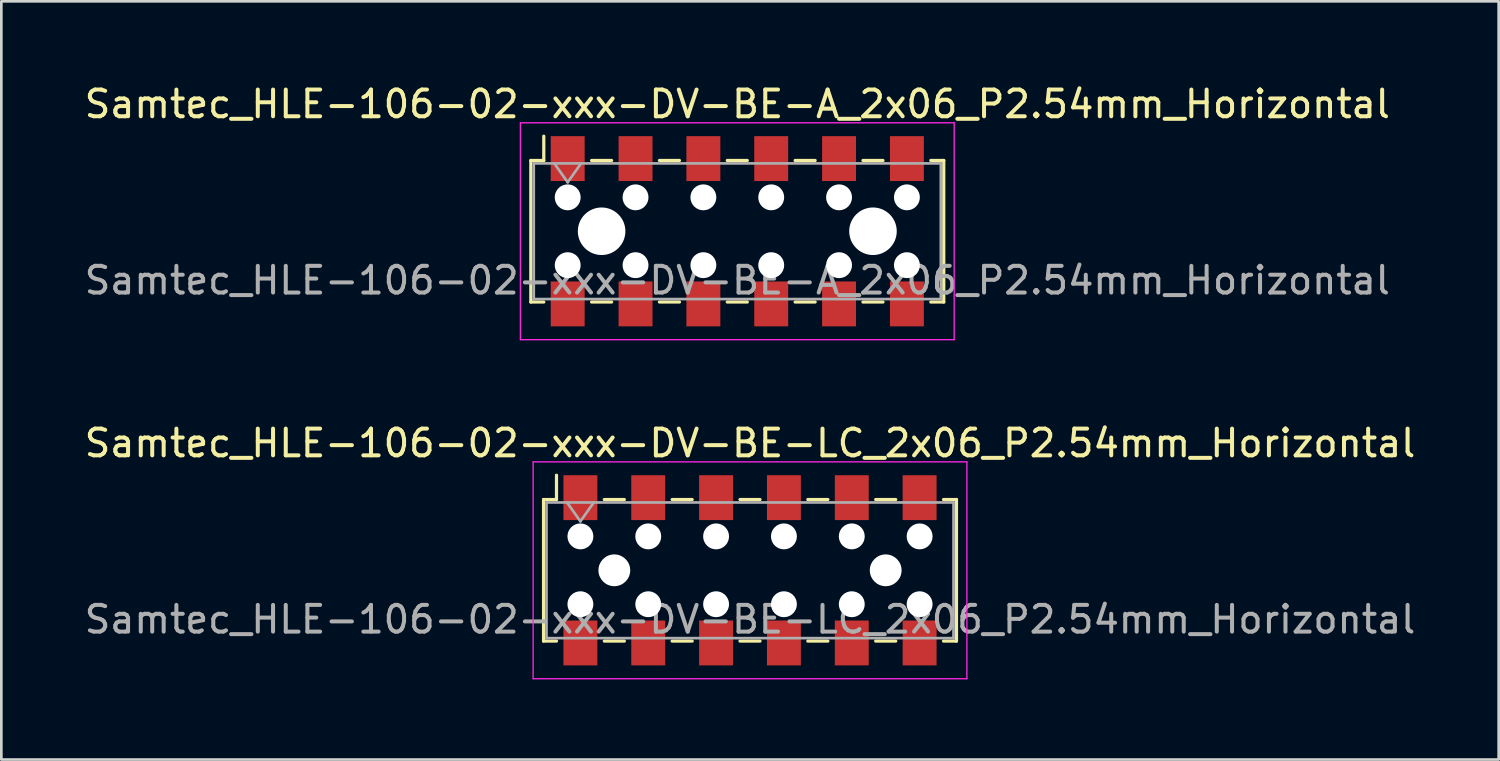
<source format=kicad_pcb>
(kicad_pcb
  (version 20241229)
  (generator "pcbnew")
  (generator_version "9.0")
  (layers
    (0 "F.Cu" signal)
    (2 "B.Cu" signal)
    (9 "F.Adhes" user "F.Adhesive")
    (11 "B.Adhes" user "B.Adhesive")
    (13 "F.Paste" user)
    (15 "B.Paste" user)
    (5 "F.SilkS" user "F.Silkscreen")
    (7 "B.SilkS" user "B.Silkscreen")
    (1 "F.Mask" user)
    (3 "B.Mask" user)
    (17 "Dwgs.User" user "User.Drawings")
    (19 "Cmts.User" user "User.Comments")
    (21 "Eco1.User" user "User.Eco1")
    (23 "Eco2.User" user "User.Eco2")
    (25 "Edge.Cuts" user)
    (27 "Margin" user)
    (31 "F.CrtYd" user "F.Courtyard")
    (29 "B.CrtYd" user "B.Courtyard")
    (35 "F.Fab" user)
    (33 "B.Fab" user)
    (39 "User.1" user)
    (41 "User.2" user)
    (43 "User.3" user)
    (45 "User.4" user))
  (footprint "Samtec_HLE-106-02-xxx-DV-BE-LC_2x06_P2.54mm_Horizontal"
    (layer "F.Cu")
    (at 25.03 18.302)
    (property "Reference" "Samtec_HLE-106-02-xxx-DV-BE-LC_2x06_P2.54mm_Horizontal" (at 0 -4.76 0) (layer "F.SilkS") (effects (font (size 1 1) (thickness 0.15))))
    (attr smd)
    (fp_line (start -7.73 -2.65) (end -7.73 2.65) (stroke (width 0.12) (type solid)) (layer "F.SilkS"))
    (fp_line (start -7.73 2.65) (end -7.245 2.65) (stroke (width 0.12) (type solid)) (layer "F.SilkS"))
    (fp_line (start -7.245 -3.56) (end -7.245 -2.65) (stroke (width 0.12) (type solid)) (layer "F.SilkS"))
    (fp_line (start -7.245 -2.65) (end -7.73 -2.65) (stroke (width 0.12) (type solid)) (layer "F.SilkS"))
    (fp_line (start -5.455 -2.65) (end -4.705 -2.65) (stroke (width 0.12) (type solid)) (layer "F.SilkS"))
    (fp_line (start -5.455 2.65) (end -4.705 2.65) (stroke (width 0.12) (type solid)) (layer "F.SilkS"))
    (fp_line (start -2.915 -2.65) (end -2.165 -2.65) (stroke (width 0.12) (type solid)) (layer "F.SilkS"))
    (fp_line (start -2.915 2.65) (end -2.165 2.65) (stroke (width 0.12) (type solid)) (layer "F.SilkS"))
    (fp_line (start -0.375 -2.65) (end 0.375 -2.65) (stroke (width 0.12) (type solid)) (layer "F.SilkS"))
    (fp_line (start -0.375 2.65) (end 0.375 2.65) (stroke (width 0.12) (type solid)) (layer "F.SilkS"))
    (fp_line (start 2.165 -2.65) (end 2.915 -2.65) (stroke (width 0.12) (type solid)) (layer "F.SilkS"))
    (fp_line (start 2.165 2.65) (end 2.915 2.65) (stroke (width 0.12) (type solid)) (layer "F.SilkS"))
    (fp_line (start 4.705 -2.65) (end 5.455 -2.65) (stroke (width 0.12) (type solid)) (layer "F.SilkS"))
    (fp_line (start 4.705 2.65) (end 5.455 2.65) (stroke (width 0.12) (type solid)) (layer "F.SilkS"))
    (fp_line (start 7.245 -2.65) (end 7.73 -2.65) (stroke (width 0.12) (type solid)) (layer "F.SilkS"))
    (fp_line (start 7.73 -2.65) (end 7.73 2.65) (stroke (width 0.12) (type solid)) (layer "F.SilkS"))
    (fp_line (start 7.73 2.65) (end 7.245 2.65) (stroke (width 0.12) (type solid)) (layer "F.SilkS"))
    (fp_line (start -8.12 -4.06) (end 8.12 -4.06) (stroke (width 0.05) (type solid)) (layer "F.CrtYd"))
    (fp_line (start -8.12 4.06) (end -8.12 -4.06) (stroke (width 0.05) (type solid)) (layer "F.CrtYd"))
    (fp_line (start 8.12 -4.06) (end 8.12 4.06) (stroke (width 0.05) (type solid)) (layer "F.CrtYd"))
    (fp_line (start 8.12 4.06) (end -8.12 4.06) (stroke (width 0.05) (type solid)) (layer "F.CrtYd"))
    (fp_line (start -7.62 -2.54) (end 7.62 -2.54) (stroke (width 0.1) (type solid)) (layer "F.Fab"))
    (fp_line (start -7.62 2.54) (end -7.62 -2.54) (stroke (width 0.1) (type solid)) (layer "F.Fab"))
    (fp_line (start -6.85 -2.54) (end -6.35 -1.833) (stroke (width 0.1) (type solid)) (layer "F.Fab"))
    (fp_line (start -6.35 -1.833) (end -5.85 -2.54) (stroke (width 0.1) (type solid)) (layer "F.Fab"))
    (fp_line (start 7.62 -2.54) (end 7.62 2.54) (stroke (width 0.1) (type solid)) (layer "F.Fab"))
    (fp_line (start 7.62 2.54) (end -7.62 2.54) (stroke (width 0.1) (type solid)) (layer "F.Fab"))
    (fp_text user "${REFERENCE}" (at 0 1.84 0) (layer "F.Fab") (effects (font (size 1 1) (thickness 0.15))))
    (pad "" np_thru_hole circle (at -6.35 -1.27) (size 0.97 0.97) (drill 0.97) (layers "*.Cu" "*.Mask"))
    (pad "" np_thru_hole circle (at -6.35 1.27) (size 0.97 0.97) (drill 0.97) (layers "*.Cu" "*.Mask"))
    (pad "" np_thru_hole circle (at -5.08 0) (size 1.19 1.19) (drill 1.19) (layers "*.Cu" "*.Mask"))
    (pad "" np_thru_hole circle (at -3.81 -1.27) (size 0.97 0.97) (drill 0.97) (layers "*.Cu" "*.Mask"))
    (pad "" np_thru_hole circle (at -3.81 1.27) (size 0.97 0.97) (drill 0.97) (layers "*.Cu" "*.Mask"))
    (pad "" np_thru_hole circle (at -1.27 -1.27) (size 0.97 0.97) (drill 0.97) (layers "*.Cu" "*.Mask"))
    (pad "" np_thru_hole circle (at -1.27 1.27) (size 0.97 0.97) (drill 0.97) (layers "*.Cu" "*.Mask"))
    (pad "" np_thru_hole circle (at 1.27 -1.27) (size 0.97 0.97) (drill 0.97) (layers "*.Cu" "*.Mask"))
    (pad "" np_thru_hole circle (at 1.27 1.27) (size 0.97 0.97) (drill 0.97) (layers "*.Cu" "*.Mask"))
    (pad "" np_thru_hole circle (at 3.81 -1.27) (size 0.97 0.97) (drill 0.97) (layers "*.Cu" "*.Mask"))
    (pad "" np_thru_hole circle (at 3.81 1.27) (size 0.97 0.97) (drill 0.97) (layers "*.Cu" "*.Mask"))
    (pad "" np_thru_hole circle (at 5.08 0) (size 1.19 1.19) (drill 1.19) (layers "*.Cu" "*.Mask"))
    (pad "" np_thru_hole circle (at 6.35 -1.27) (size 0.97 0.97) (drill 0.97) (layers "*.Cu" "*.Mask"))
    (pad "" np_thru_hole circle (at 6.35 1.27) (size 0.97 0.97) (drill 0.97) (layers "*.Cu" "*.Mask"))
    (pad "1" smd rect (at -6.35 -2.72) (size 1.27 1.68) (layers "F.Cu" "F.Mask" "F.Paste"))
    (pad "2" smd rect (at -6.35 2.72) (size 1.27 1.68) (layers "F.Cu" "F.Mask" "F.Paste"))
    (pad "3" smd rect (at -3.81 -2.72) (size 1.27 1.68) (layers "F.Cu" "F.Mask" "F.Paste"))
    (pad "4" smd rect (at -3.81 2.72) (size 1.27 1.68) (layers "F.Cu" "F.Mask" "F.Paste"))
    (pad "5" smd rect (at -1.27 -2.72) (size 1.27 1.68) (layers "F.Cu" "F.Mask" "F.Paste"))
    (pad "6" smd rect (at -1.27 2.72) (size 1.27 1.68) (layers "F.Cu" "F.Mask" "F.Paste"))
    (pad "7" smd rect (at 1.27 -2.72) (size 1.27 1.68) (layers "F.Cu" "F.Mask" "F.Paste"))
    (pad "8" smd rect (at 1.27 2.72) (size 1.27 1.68) (layers "F.Cu" "F.Mask" "F.Paste"))
    (pad "9" smd rect (at 3.81 -2.72) (size 1.27 1.68) (layers "F.Cu" "F.Mask" "F.Paste"))
    (pad "10" smd rect (at 3.81 2.72) (size 1.27 1.68) (layers "F.Cu" "F.Mask" "F.Paste"))
    (pad "11" smd rect (at 6.35 -2.72) (size 1.27 1.68) (layers "F.Cu" "F.Mask" "F.Paste"))
    (pad "12" smd rect (at 6.35 2.72) (size 1.27 1.68) (layers "F.Cu" "F.Mask" "F.Paste")))
  (footprint "Samtec_HLE-106-02-xxx-DV-BE-A_2x06_P2.54mm_Horizontal"
    (layer "F.Cu")
    (at 24.554 5.608)
    (property "Reference" "Samtec_HLE-106-02-xxx-DV-BE-A_2x06_P2.54mm_Horizontal" (at 0 -4.76 0) (layer "F.SilkS") (effects (font (size 1 1) (thickness 0.15))))
    (attr smd)
    (fp_line (start -7.73 -2.65) (end -7.73 2.65) (stroke (width 0.12) (type solid)) (layer "F.SilkS"))
    (fp_line (start -7.73 2.65) (end -7.245 2.65) (stroke (width 0.12) (type solid)) (layer "F.SilkS"))
    (fp_line (start -7.245 -3.56) (end -7.245 -2.65) (stroke (width 0.12) (type solid)) (layer "F.SilkS"))
    (fp_line (start -7.245 -2.65) (end -7.73 -2.65) (stroke (width 0.12) (type solid)) (layer "F.SilkS"))
    (fp_line (start -5.455 -2.65) (end -4.705 -2.65) (stroke (width 0.12) (type solid)) (layer "F.SilkS"))
    (fp_line (start -5.455 2.65) (end -4.705 2.65) (stroke (width 0.12) (type solid)) (layer "F.SilkS"))
    (fp_line (start -2.915 -2.65) (end -2.165 -2.65) (stroke (width 0.12) (type solid)) (layer "F.SilkS"))
    (fp_line (start -2.915 2.65) (end -2.165 2.65) (stroke (width 0.12) (type solid)) (layer "F.SilkS"))
    (fp_line (start -0.375 -2.65) (end 0.375 -2.65) (stroke (width 0.12) (type solid)) (layer "F.SilkS"))
    (fp_line (start -0.375 2.65) (end 0.375 2.65) (stroke (width 0.12) (type solid)) (layer "F.SilkS"))
    (fp_line (start 2.165 -2.65) (end 2.915 -2.65) (stroke (width 0.12) (type solid)) (layer "F.SilkS"))
    (fp_line (start 2.165 2.65) (end 2.915 2.65) (stroke (width 0.12) (type solid)) (layer "F.SilkS"))
    (fp_line (start 4.705 -2.65) (end 5.455 -2.65) (stroke (width 0.12) (type solid)) (layer "F.SilkS"))
    (fp_line (start 4.705 2.65) (end 5.455 2.65) (stroke (width 0.12) (type solid)) (layer "F.SilkS"))
    (fp_line (start 7.245 -2.65) (end 7.73 -2.65) (stroke (width 0.12) (type solid)) (layer "F.SilkS"))
    (fp_line (start 7.73 -2.65) (end 7.73 2.65) (stroke (width 0.12) (type solid)) (layer "F.SilkS"))
    (fp_line (start 7.73 2.65) (end 7.245 2.65) (stroke (width 0.12) (type solid)) (layer "F.SilkS"))
    (fp_line (start -8.12 -4.06) (end 8.12 -4.06) (stroke (width 0.05) (type solid)) (layer "F.CrtYd"))
    (fp_line (start -8.12 4.06) (end -8.12 -4.06) (stroke (width 0.05) (type solid)) (layer "F.CrtYd"))
    (fp_line (start 8.12 -4.06) (end 8.12 4.06) (stroke (width 0.05) (type solid)) (layer "F.CrtYd"))
    (fp_line (start 8.12 4.06) (end -8.12 4.06) (stroke (width 0.05) (type solid)) (layer "F.CrtYd"))
    (fp_line (start -7.62 -2.54) (end 7.62 -2.54) (stroke (width 0.1) (type solid)) (layer "F.Fab"))
    (fp_line (start -7.62 2.54) (end -7.62 -2.54) (stroke (width 0.1) (type solid)) (layer "F.Fab"))
    (fp_line (start -6.85 -2.54) (end -6.35 -1.833) (stroke (width 0.1) (type solid)) (layer "F.Fab"))
    (fp_line (start -6.35 -1.833) (end -5.85 -2.54) (stroke (width 0.1) (type solid)) (layer "F.Fab"))
    (fp_line (start 7.62 -2.54) (end 7.62 2.54) (stroke (width 0.1) (type solid)) (layer "F.Fab"))
    (fp_line (start 7.62 2.54) (end -7.62 2.54) (stroke (width 0.1) (type solid)) (layer "F.Fab"))
    (fp_text user "${REFERENCE}" (at 0 1.84 0) (layer "F.Fab") (effects (font (size 1 1) (thickness 0.15))))
    (pad "" np_thru_hole circle (at -6.35 -1.27) (size 0.97 0.97) (drill 0.97) (layers "*.Cu" "*.Mask"))
    (pad "" np_thru_hole circle (at -6.35 1.27) (size 0.97 0.97) (drill 0.97) (layers "*.Cu" "*.Mask"))
    (pad "" np_thru_hole circle (at -5.08 0) (size 1.78 1.78) (drill 1.78) (layers "*.Cu" "*.Mask"))
    (pad "" np_thru_hole circle (at -3.81 -1.27) (size 0.97 0.97) (drill 0.97) (layers "*.Cu" "*.Mask"))
    (pad "" np_thru_hole circle (at -3.81 1.27) (size 0.97 0.97) (drill 0.97) (layers "*.Cu" "*.Mask"))
    (pad "" np_thru_hole circle (at -1.27 -1.27) (size 0.97 0.97) (drill 0.97) (layers "*.Cu" "*.Mask"))
    (pad "" np_thru_hole circle (at -1.27 1.27) (size 0.97 0.97) (drill 0.97) (layers "*.Cu" "*.Mask"))
    (pad "" np_thru_hole circle (at 1.27 -1.27) (size 0.97 0.97) (drill 0.97) (layers "*.Cu" "*.Mask"))
    (pad "" np_thru_hole circle (at 1.27 1.27) (size 0.97 0.97) (drill 0.97) (layers "*.Cu" "*.Mask"))
    (pad "" np_thru_hole circle (at 3.81 -1.27) (size 0.97 0.97) (drill 0.97) (layers "*.Cu" "*.Mask"))
    (pad "" np_thru_hole circle (at 3.81 1.27) (size 0.97 0.97) (drill 0.97) (layers "*.Cu" "*.Mask"))
    (pad "" np_thru_hole circle (at 5.08 0) (size 1.78 1.78) (drill 1.78) (layers "*.Cu" "*.Mask"))
    (pad "" np_thru_hole circle (at 6.35 -1.27) (size 0.97 0.97) (drill 0.97) (layers "*.Cu" "*.Mask"))
    (pad "" np_thru_hole circle (at 6.35 1.27) (size 0.97 0.97) (drill 0.97) (layers "*.Cu" "*.Mask"))
    (pad "1" smd rect (at -6.35 -2.72) (size 1.27 1.68) (layers "F.Cu" "F.Mask" "F.Paste"))
    (pad "2" smd rect (at -6.35 2.72) (size 1.27 1.68) (layers "F.Cu" "F.Mask" "F.Paste"))
    (pad "3" smd rect (at -3.81 -2.72) (size 1.27 1.68) (layers "F.Cu" "F.Mask" "F.Paste"))
    (pad "4" smd rect (at -3.81 2.72) (size 1.27 1.68) (layers "F.Cu" "F.Mask" "F.Paste"))
    (pad "5" smd rect (at -1.27 -2.72) (size 1.27 1.68) (layers "F.Cu" "F.Mask" "F.Paste"))
    (pad "6" smd rect (at -1.27 2.72) (size 1.27 1.68) (layers "F.Cu" "F.Mask" "F.Paste"))
    (pad "7" smd rect (at 1.27 -2.72) (size 1.27 1.68) (layers "F.Cu" "F.Mask" "F.Paste"))
    (pad "8" smd rect (at 1.27 2.72) (size 1.27 1.68) (layers "F.Cu" "F.Mask" "F.Paste"))
    (pad "9" smd rect (at 3.81 -2.72) (size 1.27 1.68) (layers "F.Cu" "F.Mask" "F.Paste"))
    (pad "10" smd rect (at 3.81 2.72) (size 1.27 1.68) (layers "F.Cu" "F.Mask" "F.Paste"))
    (pad "11" smd rect (at 6.35 -2.72) (size 1.27 1.68) (layers "F.Cu" "F.Mask" "F.Paste"))
    (pad "12" smd rect (at 6.35 2.72) (size 1.27 1.68) (layers "F.Cu" "F.Mask" "F.Paste")))
  (gr_rect
    (start -3 -3)
    (end 53.06 25.387)
    (stroke (width 0.1) (type default))
    (fill no)
    (layer "Edge.Cuts")))
</source>
